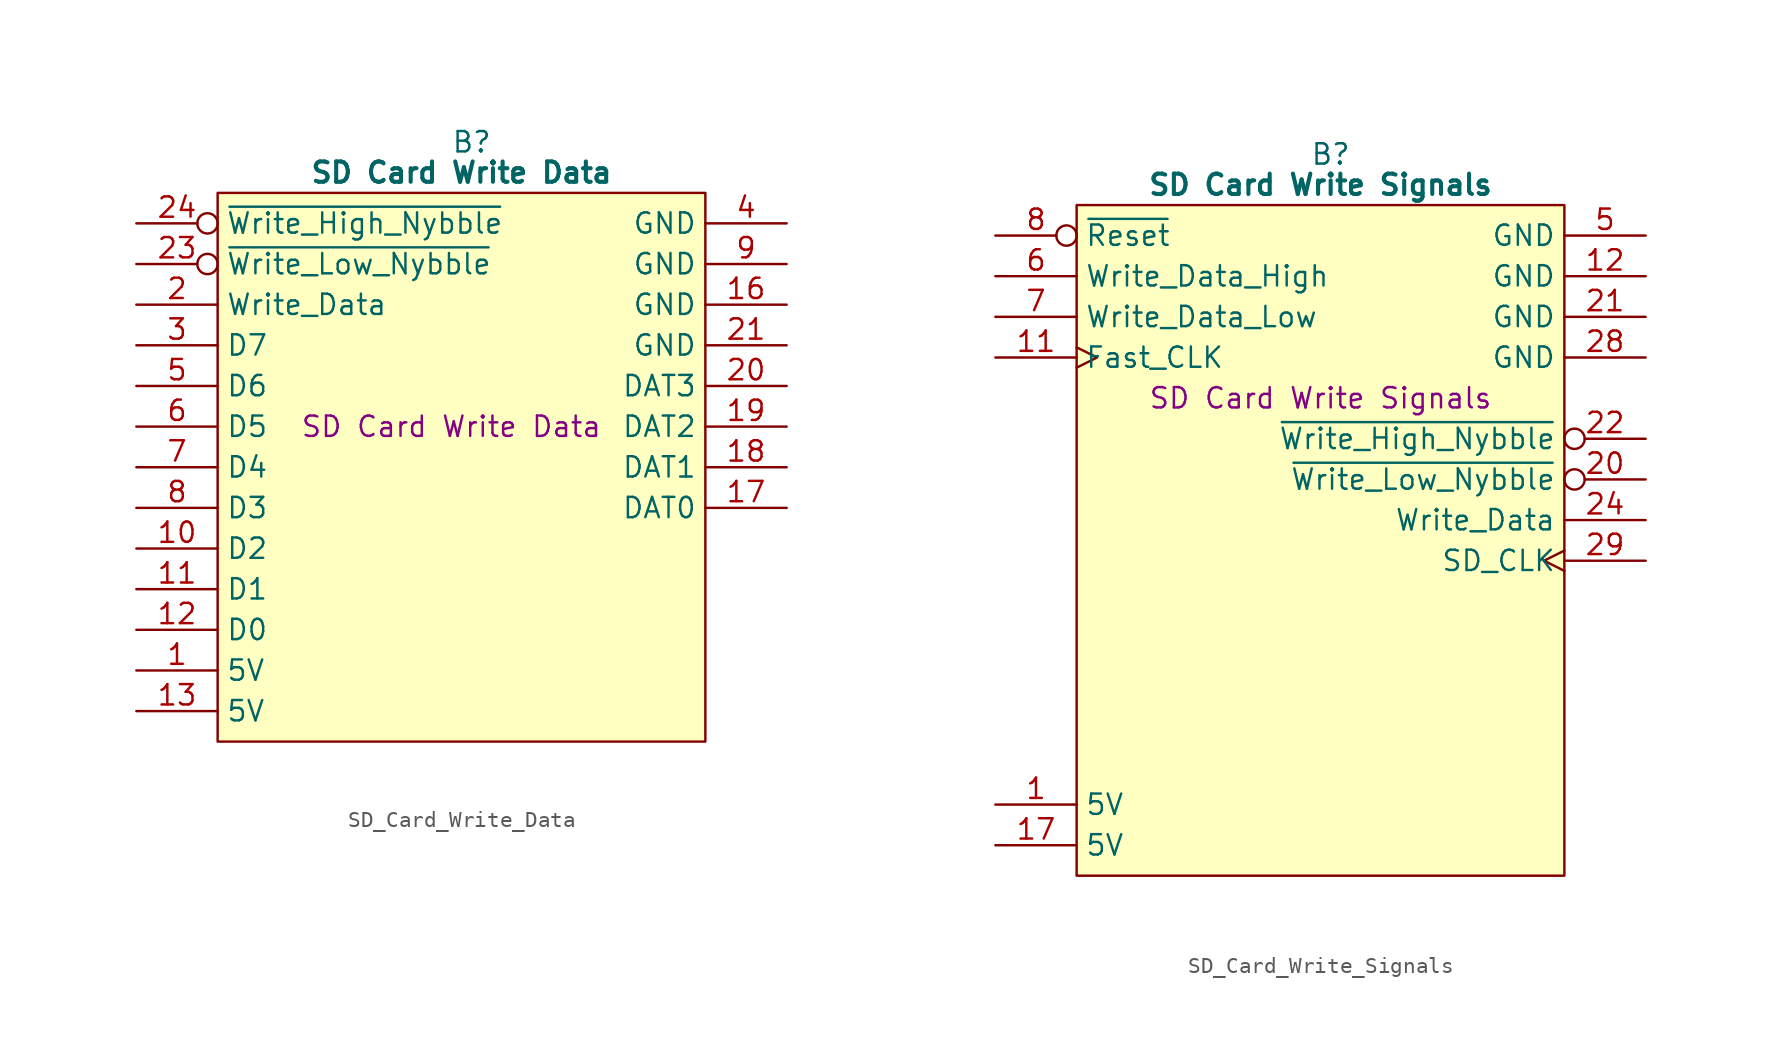
<source format=kicad_sym>
(kicad_symbol_lib
  (version 20241209)
  (generator "kicad_symbol_editor")
  (generator_version "9.0")
  (symbol "SD_Card_Write_Data"
    (property "Reference" "B"
      (at 15.875 5.08 0)
      (effects (font (size 1.27 1.27))))
    (property "Value" "SD Card Write Data"
      (at 15.24 3.175 0)
      (effects (font (size 1.27 1.27) (bold yes))))
    (property "Description" "SD Card Write Data"
      (at 14.605 -12.7 0)
      (effects (font (size 1.27 1.27))))
    (symbol "SD_Card_Write_Data_0_1"
      (polyline (pts (xy 0 1.905) (xy 30.48 1.905) (xy 30.48 -32.385) (xy 0 -32.385) (xy 0 1.905)) (stroke (width 0.152) (type default)) (fill (type background))))
    (symbol "SD_Card_Write_Data_1_1"
      (pin input inverted (at -5.08 0 0) (length 5.08) (name "~{Write_High_Nybble}" (effects (font (size 1.27 1.27)))) (number "24" (effects (font (size 1.27 1.27)))))
      (pin input inverted (at -5.08 -2.54 0) (length 5.08) (name "~{Write_Low_Nybble}" (effects (font (size 1.27 1.27)))) (number "23" (effects (font (size 1.27 1.27)))))
      (pin input line (at -5.08 -5.08 0) (length 5.08) (name "Write_Data" (effects (font (size 1.27 1.27)))) (number "2" (effects (font (size 1.27 1.27)))))
      (pin tri_state line (at -5.08 -7.62 0) (length 5.08) (name "D7" (effects (font (size 1.27 1.27)))) (number "3" (effects (font (size 1.27 1.27)))))
      (pin tri_state line (at -5.08 -10.16 0) (length 5.08) (name "D6" (effects (font (size 1.27 1.27)))) (number "5" (effects (font (size 1.27 1.27)))))
      (pin tri_state line (at -5.08 -12.7 0) (length 5.08) (name "D5" (effects (font (size 1.27 1.27)))) (number "6" (effects (font (size 1.27 1.27)))))
      (pin tri_state line (at -5.08 -15.24 0) (length 5.08) (name "D4" (effects (font (size 1.27 1.27)))) (number "7" (effects (font (size 1.27 1.27)))))
      (pin tri_state line (at -5.08 -17.78 0) (length 5.08) (name "D3" (effects (font (size 1.27 1.27)))) (number "8" (effects (font (size 1.27 1.27)))))
      (pin tri_state line (at -5.08 -20.32 0) (length 5.08) (name "D2" (effects (font (size 1.27 1.27)))) (number "10" (effects (font (size 1.27 1.27)))))
      (pin tri_state line (at -5.08 -22.86 0) (length 5.08) (name "D1" (effects (font (size 1.27 1.27)))) (number "11" (effects (font (size 1.27 1.27)))))
      (pin tri_state line (at -5.08 -25.4 0) (length 5.08) (name "D0" (effects (font (size 1.27 1.27)))) (number "12" (effects (font (size 1.27 1.27)))))
      (pin passive line (at -5.08 -27.94 0) (length 5.08) (name "5V" (effects (font (size 1.27 1.27)))) (number "1" (effects (font (size 1.27 1.27)))))
      (pin passive line (at -5.08 -30.48 0) (length 5.08) (name "5V" (effects (font (size 1.27 1.27)))) (number "13" (effects (font (size 1.27 1.27)))))
      (pin passive line (at 35.56 0 180) (length 5.08) (name "GND" (effects (font (size 1.27 1.27)))) (number "4" (effects (font (size 1.27 1.27)))))
      (pin passive line (at 35.56 -2.54 180) (length 5.08) (name "GND" (effects (font (size 1.27 1.27)))) (number "9" (effects (font (size 1.27 1.27)))))
      (pin passive line (at 35.56 -5.08 180) (length 5.08) (name "GND" (effects (font (size 1.27 1.27)))) (number "16" (effects (font (size 1.27 1.27)))))
      (pin passive line (at 35.56 -7.62 180) (length 5.08) (name "GND" (effects (font (size 1.27 1.27)))) (number "21" (effects (font (size 1.27 1.27)))))
      (pin tri_state line (at 35.56 -10.16 180) (length 5.08) (name "DAT3" (effects (font (size 1.27 1.27)))) (number "20" (effects (font (size 1.27 1.27)))))
      (pin tri_state line (at 35.56 -12.7 180) (length 5.08) (name "DAT2" (effects (font (size 1.27 1.27)))) (number "19" (effects (font (size 1.27 1.27)))))
      (pin tri_state line (at 35.56 -15.24 180) (length 5.08) (name "DAT1" (effects (font (size 1.27 1.27)))) (number "18" (effects (font (size 1.27 1.27)))))
      (pin tri_state line (at 35.56 -17.78 180) (length 5.08) (name "DAT0" (effects (font (size 1.27 1.27)))) (number "17" (effects (font (size 1.27 1.27)))))
      (pin no_connect line (at 35.56 -20.32 180) (length 5.08) (hide yes) (name "N.C." (effects (font (size 1.27 1.27)))) (number "14" (effects (font (size 1.27 1.27)))))
      (pin no_connect line (at 35.56 -22.86 180) (length 5.08) (hide yes) (name "N.C." (effects (font (size 1.27 1.27)))) (number "15" (effects (font (size 1.27 1.27)))))
      (pin no_connect line (at 35.56 -25.4 180) (length 5.08) (hide yes) (name "N.C." (effects (font (size 1.27 1.27)))) (number "22" (effects (font (size 1.27 1.27)))))))
  (symbol "SD_Card_Write_Signals"
    (property "Reference" "B"
      (at 15.875 5.08 0)
      (effects (font (size 1.27 1.27))))
    (property "Value" "SD Card Write Signals"
      (at 15.24 3.175 0)
      (effects (font (size 1.27 1.27) (bold yes))))
    (property "Description" "SD Card Write Signals"
      (at 15.24 -10.16 0)
      (effects (font (size 1.27 1.27))))
    (symbol "SD_Card_Write_Signals_0_1"
      (polyline (pts (xy 0 1.905) (xy 30.48 1.905) (xy 30.48 -40.005) (xy 0 -40.005) (xy 0 1.905)) (stroke (width 0.152) (type default)) (fill (type background))))
    (symbol "SD_Card_Write_Signals_1_0"
      (pin no_connect line (at 35.56 -38.1 180) (length 5.08) (hide yes) (name "N.C." (effects (font (size 1.27 1.27)))) (number "32" (effects (font (size 1.27 1.27))))))
    (symbol "SD_Card_Write_Signals_1_1"
      (pin input inverted (at -5.08 0 0) (length 5.08) (name "~{Reset}" (effects (font (size 1.27 1.27)))) (number "8" (effects (font (size 1.27 1.27)))))
      (pin input line (at -5.08 -2.54 0) (length 5.08) (name "Write_Data_High" (effects (font (size 1.27 1.27)))) (number "6" (effects (font (size 1.27 1.27)))))
      (pin input line (at -5.08 -5.08 0) (length 5.08) (name "Write_Data_Low" (effects (font (size 1.27 1.27)))) (number "7" (effects (font (size 1.27 1.27)))))
      (pin input clock (at -5.08 -7.62 0) (length 5.08) (name "Fast_CLK" (effects (font (size 1.27 1.27)))) (number "11" (effects (font (size 1.27 1.27)))))
      (pin no_connect line (at -5.08 -10.16 0) (length 5.08) (hide yes) (name "N.C." (effects (font (size 1.27 1.27)))) (number "3" (effects (font (size 1.27 1.27)))))
      (pin no_connect line (at -5.08 -12.7 0) (length 5.08) (hide yes) (name "N.C." (effects (font (size 1.27 1.27)))) (number "4" (effects (font (size 1.27 1.27)))))
      (pin no_connect line (at -5.08 -15.24 0) (length 5.08) (hide yes) (name "N.C." (effects (font (size 1.27 1.27)))) (number "9" (effects (font (size 1.27 1.27)))))
      (pin no_connect line (at -5.08 -17.78 0) (length 5.08) (hide yes) (name "N.C." (effects (font (size 1.27 1.27)))) (number "10" (effects (font (size 1.27 1.27)))))
      (pin no_connect line (at -5.08 -20.32 0) (length 5.08) (hide yes) (name "N.C." (effects (font (size 1.27 1.27)))) (number "13" (effects (font (size 1.27 1.27)))))
      (pin no_connect line (at -5.08 -22.86 0) (length 5.08) (hide yes) (name "N.C." (effects (font (size 1.27 1.27)))) (number "14" (effects (font (size 1.27 1.27)))))
      (pin no_connect line (at -5.08 -25.4 0) (length 5.08) (hide yes) (name "N.C." (effects (font (size 1.27 1.27)))) (number "15" (effects (font (size 1.27 1.27)))))
      (pin no_connect line (at -5.08 -27.94 0) (length 5.08) (hide yes) (name "N.C." (effects (font (size 1.27 1.27)))) (number "16" (effects (font (size 1.27 1.27)))))
      (pin no_connect line (at -5.08 -30.48 0) (length 5.08) (hide yes) (name "N.C." (effects (font (size 1.27 1.27)))) (number "18" (effects (font (size 1.27 1.27)))))
      (pin no_connect line (at -5.08 -33.02 0) (length 5.08) (hide yes) (name "N.C." (effects (font (size 1.27 1.27)))) (number "19" (effects (font (size 1.27 1.27)))))
      (pin passive line (at -5.08 -35.56 0) (length 5.08) (name "5V" (effects (font (size 1.27 1.27)))) (number "1" (effects (font (size 1.27 1.27)))))
      (pin passive line (at -5.08 -38.1 0) (length 5.08) (name "5V" (effects (font (size 1.27 1.27)))) (number "17" (effects (font (size 1.27 1.27)))))
      (pin passive line (at 35.56 0 180) (length 5.08) (name "GND" (effects (font (size 1.27 1.27)))) (number "5" (effects (font (size 1.27 1.27)))))
      (pin passive line (at 35.56 -2.54 180) (length 5.08) (name "GND" (effects (font (size 1.27 1.27)))) (number "12" (effects (font (size 1.27 1.27)))))
      (pin passive line (at 35.56 -5.08 180) (length 5.08) (name "GND" (effects (font (size 1.27 1.27)))) (number "21" (effects (font (size 1.27 1.27)))))
      (pin passive line (at 35.56 -7.62 180) (length 5.08) (name "GND" (effects (font (size 1.27 1.27)))) (number "28" (effects (font (size 1.27 1.27)))))
      (pin no_connect line (at 35.56 -10.16 180) (length 5.08) (hide yes) (name "N.C." (effects (font (size 1.27 1.27)))) (number "2" (effects (font (size 1.27 1.27)))))
      (pin output inverted (at 35.56 -12.7 180) (length 5.08) (name "~{Write_High_Nybble}" (effects (font (size 1.27 1.27)))) (number "22" (effects (font (size 1.27 1.27)))))
      (pin output inverted (at 35.56 -15.24 180) (length 5.08) (name "~{Write_Low_Nybble}" (effects (font (size 1.27 1.27)))) (number "20" (effects (font (size 1.27 1.27)))))
      (pin output line (at 35.56 -17.78 180) (length 5.08) (name "Write_Data" (effects (font (size 1.27 1.27)))) (number "24" (effects (font (size 1.27 1.27)))))
      (pin tri_state clock (at 35.56 -20.32 180) (length 5.08) (name "SD_CLK" (effects (font (size 1.27 1.27)))) (number "29" (effects (font (size 1.27 1.27)))))
      (pin no_connect line (at 35.56 -22.86 180) (length 5.08) (hide yes) (name "N.C." (effects (font (size 1.27 1.27)))) (number "23" (effects (font (size 1.27 1.27)))))
      (pin no_connect line (at 35.56 -25.4 180) (length 5.08) (hide yes) (name "N.C." (effects (font (size 1.27 1.27)))) (number "25" (effects (font (size 1.27 1.27)))))
      (pin no_connect line (at 35.56 -27.94 180) (length 5.08) (hide yes) (name "N.C." (effects (font (size 1.27 1.27)))) (number "26" (effects (font (size 1.27 1.27)))))
      (pin no_connect line (at 35.56 -30.48 180) (length 5.08) (hide yes) (name "N.C." (effects (font (size 1.27 1.27)))) (number "27" (effects (font (size 1.27 1.27)))))
      (pin no_connect line (at 35.56 -33.02 180) (length 5.08) (hide yes) (name "N.C." (effects (font (size 1.27 1.27)))) (number "30" (effects (font (size 1.27 1.27)))))
      (pin no_connect line (at 35.56 -35.56 180) (length 5.08) (hide yes) (name "N.C." (effects (font (size 1.27 1.27)))) (number "31" (effects (font (size 1.27 1.27))))))))
</source>
